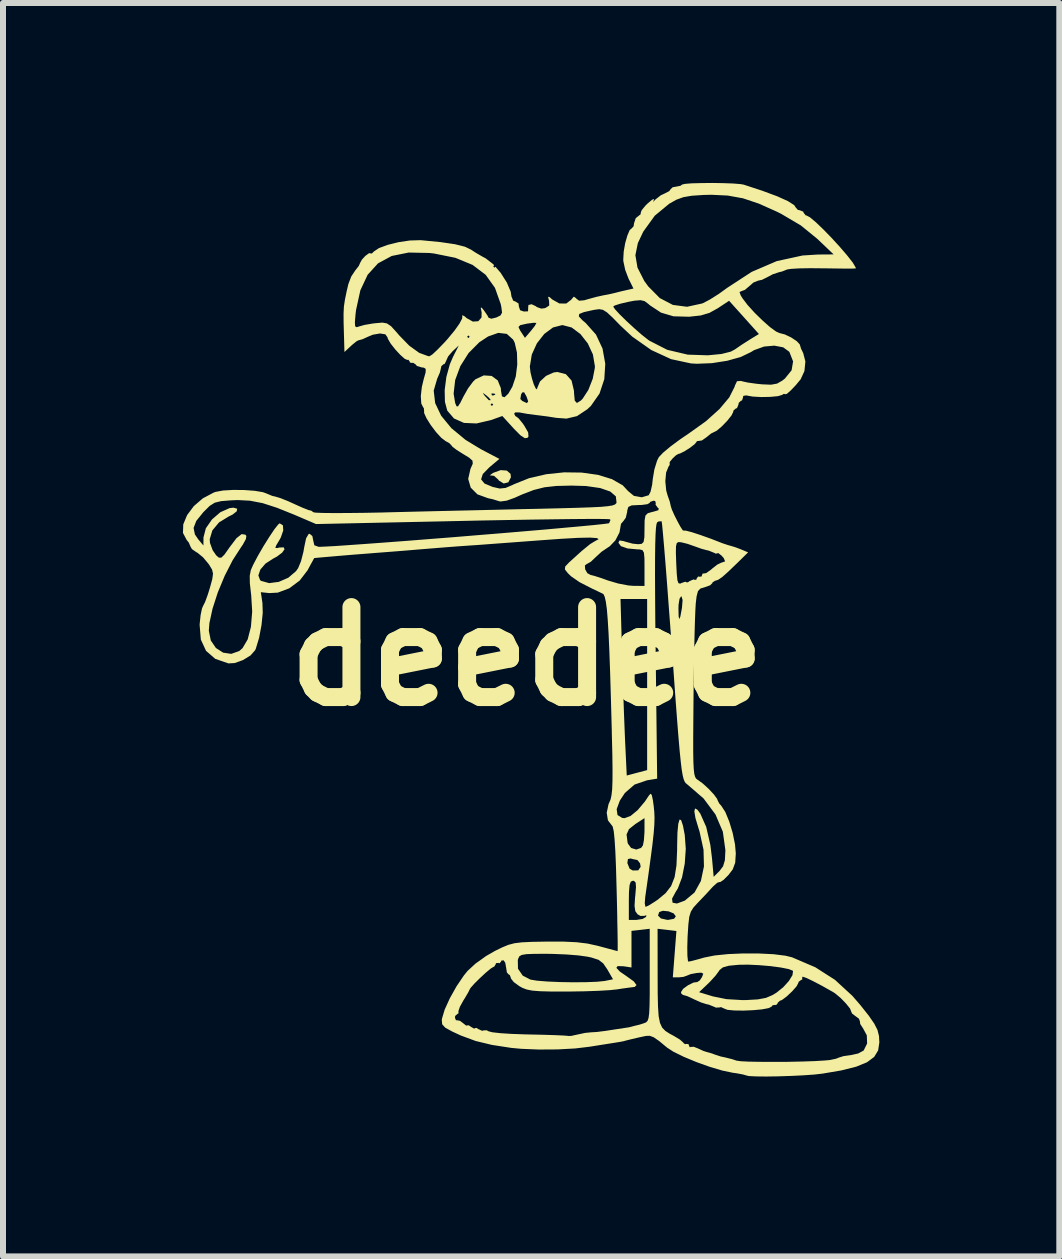
<source format=kicad_pcb>
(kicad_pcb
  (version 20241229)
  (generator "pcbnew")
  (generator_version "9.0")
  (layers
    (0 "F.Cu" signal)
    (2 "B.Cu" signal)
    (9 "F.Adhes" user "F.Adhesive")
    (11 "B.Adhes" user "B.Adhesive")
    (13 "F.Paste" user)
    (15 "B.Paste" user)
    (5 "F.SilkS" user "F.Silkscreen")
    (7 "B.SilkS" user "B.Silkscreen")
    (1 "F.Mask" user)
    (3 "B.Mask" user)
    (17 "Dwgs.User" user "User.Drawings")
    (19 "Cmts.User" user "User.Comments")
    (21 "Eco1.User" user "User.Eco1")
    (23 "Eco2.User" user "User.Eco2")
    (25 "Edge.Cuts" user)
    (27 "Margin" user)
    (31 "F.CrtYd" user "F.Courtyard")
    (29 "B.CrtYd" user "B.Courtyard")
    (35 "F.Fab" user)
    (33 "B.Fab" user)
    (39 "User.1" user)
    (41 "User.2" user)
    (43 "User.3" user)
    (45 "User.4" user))
  (footprint "deedee"
    (layer "F.Cu")
    (at 5.737 7.892)
    (property "Reference" "deedee" (at 0 0 0) (layer "F.SilkS") (effects (font (size 1.5 1.5) (thickness 0.3))))
    (attr board_only exclude_from_pos_files exclude_from_bom)
    (fp_poly (pts (xy -0.338 -3.097) (xy -0.276 -3.043) (xy -0.27 -2.985) (xy -0.313 -2.902) (xy -0.39 -2.882) (xy -0.469 -2.93) (xy -0.484 -2.95) (xy -0.552 -3.01) (xy -0.606 -3.016) (xy -0.622 -3.019) (xy -0.572 -3.055) (xy -0.561 -3.061) (xy -0.44 -3.105)) (stroke (width 0) (type solid)) (fill yes) (layer "F.SilkS"))
    (fp_poly (pts (xy 3.27 -7.889) (xy 3.435 -7.883) (xy 3.558 -7.873) (xy 3.61 -7.864) (xy 3.921 -7.762) (xy 4.169 -7.67) (xy 4.348 -7.589) (xy 4.453 -7.522) (xy 4.48 -7.48) (xy 4.515 -7.442) (xy 4.545 -7.437) (xy 4.603 -7.414) (xy 4.61 -7.394) (xy 4.644 -7.352) (xy 4.657 -7.35) (xy 4.716 -7.319) (xy 4.815 -7.236) (xy 4.941 -7.115) (xy 5.08 -6.972) (xy 5.217 -6.822) (xy 5.338 -6.681) (xy 5.43 -6.563) (xy 5.477 -6.483) (xy 5.48 -6.468) (xy 5.439 -6.465) (xy 5.328 -6.464) (xy 5.163 -6.466) (xy 4.959 -6.469) (xy 4.931 -6.469) (xy 4.719 -6.471) (xy 4.536 -6.468) (xy 4.402 -6.46) (xy 4.335 -6.45) (xy 4.333 -6.449) (xy 4.25 -6.416) (xy 4.199 -6.404) (xy 4.096 -6.37) (xy 4.015 -6.327) (xy 3.917 -6.278) (xy 3.85 -6.263) (xy 3.773 -6.232) (xy 3.709 -6.176) (xy 3.631 -6.11) (xy 3.574 -6.089) (xy 3.541 -6.074) (xy 3.561 -6.017) (xy 3.591 -5.969) (xy 3.676 -5.857) (xy 3.793 -5.728) (xy 3.923 -5.601) (xy 4.048 -5.49) (xy 4.151 -5.415) (xy 4.207 -5.39) (xy 4.296 -5.367) (xy 4.403 -5.316) (xy 4.496 -5.254) (xy 4.545 -5.201) (xy 4.547 -5.194) (xy 4.567 -5.129) (xy 4.603 -5.055) (xy 4.639 -4.916) (xy 4.623 -4.756) (xy 4.56 -4.619) (xy 4.56 -4.619) (xy 4.477 -4.519) (xy 4.394 -4.432) (xy 4.331 -4.377) (xy 4.306 -4.37) (xy 4.306 -4.37) (xy 4.28 -4.377) (xy 4.251 -4.359) (xy 4.182 -4.338) (xy 4.056 -4.326) (xy 3.906 -4.323) (xy 3.761 -4.331) (xy 3.654 -4.35) (xy 3.653 -4.351) (xy 3.603 -4.342) (xy 3.599 -4.317) (xy 3.583 -4.267) (xy 3.566 -4.262) (xy 3.528 -4.227) (xy 3.523 -4.197) (xy 3.499 -4.139) (xy 3.479 -4.132) (xy 3.439 -4.097) (xy 3.436 -4.075) (xy 3.407 -4.016) (xy 3.336 -3.927) (xy 3.247 -3.835) (xy 3.164 -3.764) (xy 3.117 -3.74) (xy 3.065 -3.714) (xy 2.993 -3.655) (xy 2.915 -3.6) (xy 2.864 -3.592) (xy 2.829 -3.588) (xy 2.827 -3.578) (xy 2.794 -3.538) (xy 2.715 -3.477) (xy 2.622 -3.418) (xy 2.545 -3.38) (xy 2.523 -3.376) (xy 2.48 -3.351) (xy 2.425 -3.299) (xy 2.377 -3.24) (xy 2.376 -3.218) (xy 2.377 -3.192) (xy 2.358 -3.164) (xy 2.317 -3.064) (xy 2.304 -2.918) (xy 2.319 -2.765) (xy 2.342 -2.683) (xy 2.379 -2.578) (xy 2.394 -2.509) (xy 2.411 -2.453) (xy 2.452 -2.36) (xy 2.505 -2.255) (xy 2.556 -2.161) (xy 2.595 -2.102) (xy 2.608 -2.097) (xy 2.646 -2.096) (xy 2.747 -2.07) (xy 2.893 -2.022) (xy 3.067 -1.96) (xy 3.249 -1.889) (xy 3.262 -1.884) (xy 3.359 -1.852) (xy 3.387 -1.845) (xy 3.47 -1.82) (xy 3.565 -1.784) (xy 3.684 -1.734) (xy 3.499 -1.552) (xy 3.352 -1.411) (xy 3.252 -1.322) (xy 3.184 -1.276) (xy 3.137 -1.261) (xy 3.133 -1.261) (xy 3.09 -1.232) (xy 3.088 -1.221) (xy 3.051 -1.185) (xy 2.962 -1.153) (xy 2.889 -1.131) (xy 2.848 -1.087) (xy 2.825 -0.999) (xy 2.811 -0.878) (xy 2.805 -0.772) (xy 2.798 -0.592) (xy 2.791 -0.351) (xy 2.785 -0.064) (xy 2.78 0.256) (xy 2.775 0.597) (xy 2.774 0.691) (xy 2.771 1.065) (xy 2.769 1.361) (xy 2.769 1.589) (xy 2.772 1.759) (xy 2.778 1.879) (xy 2.787 1.959) (xy 2.801 2.01) (xy 2.819 2.039) (xy 2.842 2.057) (xy 2.849 2.061) (xy 2.931 2.121) (xy 3.027 2.209) (xy 3.114 2.302) (xy 3.168 2.376) (xy 3.175 2.397) (xy 3.202 2.451) (xy 3.238 2.492) (xy 3.304 2.594) (xy 3.37 2.754) (xy 3.427 2.944) (xy 3.466 3.135) (xy 3.479 3.285) (xy 3.469 3.44) (xy 3.428 3.551) (xy 3.356 3.645) (xy 3.276 3.725) (xy 3.22 3.762) (xy 3.21 3.761) (xy 3.169 3.774) (xy 3.099 3.837) (xy 3.083 3.854) (xy 2.985 3.961) (xy 2.868 4.084) (xy 2.838 4.115) (xy 2.772 4.188) (xy 2.729 4.257) (xy 2.703 4.343) (xy 2.688 4.471) (xy 2.676 4.661) (xy 2.675 4.675) (xy 2.67 4.852) (xy 2.672 4.992) (xy 2.681 5.074) (xy 2.689 5.089) (xy 2.747 5.077) (xy 2.86 5.047) (xy 2.955 5.02) (xy 3.125 4.986) (xy 3.35 4.963) (xy 3.605 4.952) (xy 3.866 4.953) (xy 4.108 4.965) (xy 4.308 4.99) (xy 4.418 5.017) (xy 4.805 5.183) (xy 5.132 5.392) (xy 5.422 5.659) (xy 5.554 5.811) (xy 5.695 5.989) (xy 5.787 6.122) (xy 5.841 6.228) (xy 5.866 6.329) (xy 5.872 6.435) (xy 5.852 6.568) (xy 5.786 6.677) (xy 5.667 6.766) (xy 5.486 6.84) (xy 5.234 6.903) (xy 4.928 6.955) (xy 4.788 6.971) (xy 4.604 6.984) (xy 4.396 6.994) (xy 4.183 7.001) (xy 3.982 7.004) (xy 3.814 7.002) (xy 3.696 6.996) (xy 3.65 6.985) (xy 3.6 6.97) (xy 3.493 6.95) (xy 3.428 6.941) (xy 3.256 6.905) (xy 3.046 6.843) (xy 2.823 6.763) (xy 2.613 6.676) (xy 2.44 6.591) (xy 2.335 6.523) (xy 2.201 6.412) (xy 2.111 6.35) (xy 2.045 6.325) (xy 1.984 6.327) (xy 1.973 6.329) (xy 1.865 6.352) (xy 1.741 6.381) (xy 1.64 6.406) (xy 1.609 6.415) (xy 1.557 6.425) (xy 1.448 6.443) (xy 1.37 6.455) (xy 1.219 6.479) (xy 1.086 6.5) (xy 1.044 6.507) (xy 0.802 6.536) (xy 0.508 6.552) (xy 0.197 6.554) (xy -0.098 6.542) (xy -0.261 6.527) (xy -0.586 6.477) (xy -0.856 6.412) (xy -1.103 6.321) (xy -1.252 6.252) (xy -1.365 6.189) (xy -1.416 6.133) (xy -1.422 6.062) (xy -1.419 6.039) (xy -1.414 6.022) (xy -1.203 6.022) (xy -1.186 6.067) (xy -1.171 6.065) (xy -1.118 6.076) (xy -1.069 6.113) (xy -1.016 6.155) (xy -1 6.152) (xy -0.973 6.15) (xy -0.935 6.176) (xy -0.883 6.206) (xy -0.87 6.198) (xy -0.844 6.193) (xy -0.811 6.214) (xy -0.749 6.242) (xy -0.726 6.235) (xy -0.673 6.233) (xy -0.643 6.25) (xy -0.581 6.266) (xy -0.45 6.281) (xy -0.266 6.293) (xy -0.046 6.301) (xy 0.043 6.303) (xy 0.268 6.308) (xy 0.459 6.314) (xy 0.601 6.32) (xy 0.679 6.326) (xy 0.688 6.328) (xy 0.735 6.327) (xy 0.83 6.306) (xy 0.84 6.304) (xy 0.965 6.277) (xy 1.066 6.267) (xy 1.165 6.261) (xy 1.299 6.244) (xy 1.327 6.24) (xy 1.469 6.218) (xy 1.594 6.2) (xy 1.609 6.197) (xy 1.7 6.183) (xy 1.74 6.173) (xy 1.798 6.157) (xy 1.805 6.156) (xy 1.878 6.138) (xy 1.946 6.116) (xy 1.981 6.102) (xy 2.007 6.078) (xy 2.024 6.031) (xy 2.035 5.949) (xy 2.041 5.821) (xy 2.044 5.632) (xy 2.044 5.372) (xy 2.044 5.312) (xy 2.044 4.541) (xy 2.175 4.541) (xy 2.176 5.326) (xy 2.177 5.619) (xy 2.182 5.839) (xy 2.193 5.999) (xy 2.215 6.11) (xy 2.251 6.188) (xy 2.305 6.244) (xy 2.38 6.292) (xy 2.446 6.327) (xy 2.547 6.388) (xy 2.604 6.438) (xy 2.61 6.449) (xy 2.637 6.466) (xy 2.653 6.459) (xy 2.693 6.466) (xy 2.697 6.485) (xy 2.713 6.518) (xy 2.724 6.511) (xy 2.778 6.508) (xy 2.844 6.534) (xy 2.94 6.578) (xy 2.994 6.595) (xy 3.083 6.62) (xy 3.124 6.636) (xy 3.228 6.67) (xy 3.295 6.684) (xy 3.419 6.715) (xy 3.491 6.739) (xy 3.561 6.749) (xy 3.701 6.756) (xy 3.89 6.759) (xy 4.112 6.76) (xy 4.348 6.759) (xy 4.58 6.754) (xy 4.79 6.747) (xy 4.958 6.737) (xy 5.047 6.729) (xy 5.15 6.707) (xy 5.203 6.686) (xy 5.275 6.664) (xy 5.388 6.648) (xy 5.397 6.647) (xy 5.519 6.62) (xy 5.609 6.571) (xy 5.611 6.569) (xy 5.668 6.454) (xy 5.663 6.317) (xy 5.601 6.202) (xy 5.553 6.128) (xy 5.548 6.085) (xy 5.532 6.04) (xy 5.482 6.003) (xy 5.417 5.954) (xy 5.404 5.924) (xy 5.384 5.872) (xy 5.317 5.788) (xy 5.227 5.695) (xy 5.135 5.618) (xy 5.101 5.596) (xy 4.922 5.495) (xy 4.768 5.414) (xy 4.654 5.36) (xy 4.592 5.339) (xy 4.587 5.347) (xy 4.586 5.389) (xy 4.569 5.393) (xy 4.525 5.427) (xy 4.523 5.441) (xy 4.493 5.499) (xy 4.419 5.583) (xy 4.329 5.668) (xy 4.249 5.728) (xy 4.214 5.741) (xy 4.177 5.775) (xy 4.175 5.787) (xy 4.149 5.814) (xy 4.136 5.809) (xy 4.089 5.818) (xy 4.078 5.837) (xy 4.029 5.863) (xy 3.918 5.884) (xy 3.769 5.898) (xy 3.606 5.905) (xy 3.455 5.903) (xy 3.339 5.892) (xy 3.283 5.87) (xy 3.283 5.87) (xy 3.231 5.846) (xy 3.215 5.852) (xy 3.147 5.855) (xy 3.121 5.843) (xy 3.03 5.806) (xy 2.988 5.797) (xy 2.897 5.768) (xy 2.781 5.716) (xy 2.77 5.71) (xy 2.67 5.664) (xy 2.604 5.645) (xy 2.599 5.645) (xy 2.569 5.619) (xy 2.566 5.598) (xy 2.867 5.598) (xy 3.097 5.668) (xy 3.324 5.714) (xy 3.592 5.73) (xy 3.657 5.729) (xy 3.847 5.718) (xy 3.981 5.693) (xy 4.091 5.646) (xy 4.157 5.606) (xy 4.27 5.515) (xy 4.364 5.411) (xy 4.423 5.315) (xy 4.433 5.248) (xy 4.427 5.239) (xy 4.362 5.213) (xy 4.232 5.187) (xy 4.062 5.164) (xy 3.873 5.148) (xy 3.689 5.139) (xy 3.533 5.141) (xy 3.529 5.141) (xy 3.363 5.157) (xy 3.263 5.185) (xy 3.208 5.229) (xy 3.2 5.243) (xy 3.14 5.324) (xy 3.045 5.428) (xy 3.01 5.462) (xy 2.867 5.598) (xy 2.566 5.598) (xy 2.566 5.596) (xy 2.601 5.542) (xy 2.683 5.482) (xy 2.775 5.437) (xy 2.837 5.429) (xy 2.879 5.401) (xy 2.914 5.349) (xy 2.937 5.291) (xy 2.905 5.272) (xy 2.828 5.278) (xy 2.726 5.297) (xy 2.667 5.321) (xy 2.606 5.343) (xy 2.534 5.35) (xy 2.429 5.35) (xy 2.459 4.964) (xy 2.489 4.578) (xy 2.332 4.559) (xy 2.175 4.541) (xy 2.044 4.541) (xy 1.892 4.559) (xy 1.74 4.576) (xy 1.74 4.881) (xy 1.74 5.186) (xy 1.609 5.166) (xy 1.509 5.163) (xy 1.488 5.192) (xy 1.546 5.254) (xy 1.653 5.328) (xy 1.777 5.417) (xy 1.824 5.479) (xy 1.794 5.51) (xy 1.772 5.513) (xy 1.7 5.522) (xy 1.576 5.539) (xy 1.501 5.551) (xy 1.376 5.564) (xy 1.189 5.575) (xy 0.96 5.583) (xy 0.714 5.587) (xy 0.652 5.587) (xy 0.4 5.587) (xy 0.217 5.582) (xy 0.088 5.572) (xy -0.004 5.554) (xy -0.076 5.527) (xy -0.13 5.497) (xy -0.223 5.429) (xy -0.27 5.369) (xy -0.272 5.356) (xy -0.29 5.309) (xy -0.304 5.306) (xy -0.337 5.269) (xy -0.348 5.2) (xy -0.364 5.108) (xy -0.391 5.067) (xy -0.431 5.072) (xy -0.435 5.089) (xy -0.461 5.117) (xy -0.478 5.11) (xy -0.519 5.114) (xy -0.522 5.13) (xy -0.55 5.174) (xy -0.56 5.176) (xy -0.606 5.204) (xy -0.689 5.273) (xy -0.787 5.364) (xy -0.879 5.455) (xy -0.942 5.526) (xy -0.957 5.551) (xy -0.978 5.595) (xy -1.031 5.686) (xy -1.063 5.737) (xy -1.121 5.842) (xy -1.146 5.916) (xy -1.143 5.932) (xy -1.148 5.957) (xy -1.16 5.959) (xy -1.199 5.994) (xy -1.203 6.022) (xy -1.414 6.022) (xy -1.374 5.888) (xy -1.288 5.699) (xy -1.176 5.499) (xy -1.053 5.318) (xy -0.993 5.244) (xy -0.861 5.122) (xy -0.778 5.063) (xy -0.155 5.063) (xy -0.152 5.207) (xy -0.073 5.322) (xy 0.055 5.388) (xy 0.163 5.406) (xy 0.334 5.42) (xy 0.544 5.429) (xy 0.769 5.433) (xy 0.984 5.431) (xy 1.167 5.424) (xy 1.293 5.411) (xy 1.298 5.41) (xy 1.432 5.383) (xy 1.337 5.218) (xy 1.269 5.118) (xy 1.192 5.059) (xy 1.072 5.02) (xy 1.005 5.006) (xy 0.856 4.985) (xy 0.653 4.969) (xy 0.43 4.96) (xy 0.32 4.958) (xy 0.118 4.959) (xy -0.013 4.964) (xy -0.09 4.977) (xy -0.13 5.001) (xy -0.149 5.041) (xy -0.155 5.063) (xy -0.778 5.063) (xy -0.685 4.996) (xy -0.539 4.912) (xy -0.415 4.851) (xy -0.313 4.809) (xy -0.211 4.782) (xy -0.088 4.767) (xy 0.077 4.759) (xy 0.306 4.755) (xy 0.324 4.755) (xy 0.605 4.755) (xy 0.824 4.765) (xy 1.005 4.787) (xy 1.174 4.824) (xy 1.196 4.83) (xy 1.345 4.87) (xy 1.456 4.9) (xy 1.508 4.913) (xy 1.509 4.914) (xy 1.51 4.872) (xy 1.51 4.756) (xy 1.507 4.577) (xy 1.503 4.393) (xy 1.696 4.393) (xy 1.824 4.393) (xy 1.926 4.377) (xy 1.983 4.343) (xy 1.987 4.321) (xy 2.182 4.321) (xy 2.231 4.369) (xy 2.334 4.392) (xy 2.351 4.393) (xy 2.45 4.374) (xy 2.479 4.333) (xy 2.442 4.284) (xy 2.357 4.25) (xy 2.263 4.241) (xy 2.202 4.262) (xy 2.182 4.321) (xy 1.987 4.321) (xy 1.988 4.313) (xy 1.962 4.325) (xy 1.89 4.327) (xy 1.842 4.3) (xy 1.804 4.248) (xy 1.791 4.16) (xy 1.8 4.013) (xy 1.803 3.992) (xy 1.815 3.849) (xy 1.81 3.772) (xy 1.783 3.743) (xy 1.764 3.74) (xy 1.728 3.756) (xy 1.708 3.813) (xy 1.698 3.929) (xy 1.696 4.067) (xy 1.696 4.393) (xy 1.503 4.393) (xy 1.503 4.346) (xy 1.497 4.077) (xy 1.492 3.882) (xy 1.482 3.527) (xy 1.479 3.445) (xy 1.671 3.445) (xy 1.709 3.539) (xy 1.761 3.569) (xy 1.853 3.567) (xy 1.893 3.507) (xy 1.883 3.451) (xy 1.842 3.398) (xy 1.826 3.392) (xy 1.756 3.378) (xy 1.729 3.369) (xy 1.681 3.378) (xy 1.671 3.445) (xy 1.479 3.445) (xy 1.471 3.252) (xy 1.458 3.05) (xy 1.45 2.969) (xy 1.658 2.969) (xy 1.674 3.097) (xy 1.68 3.121) (xy 1.734 3.194) (xy 1.82 3.22) (xy 1.9 3.193) (xy 1.931 3.15) (xy 1.947 3.065) (xy 1.956 2.936) (xy 1.957 2.888) (xy 1.957 2.696) (xy 1.806 2.794) (xy 1.698 2.88) (xy 1.658 2.969) (xy 1.45 2.969) (xy 1.444 2.914) (xy 1.427 2.838) (xy 1.412 2.817) (xy 1.347 2.733) (xy 1.327 2.605) (xy 1.34 2.547) (xy 1.493 2.547) (xy 1.507 2.645) (xy 1.585 2.693) (xy 1.625 2.697) (xy 1.725 2.66) (xy 1.844 2.562) (xy 1.965 2.418) (xy 2.028 2.323) (xy 2.057 2.289) (xy 2.078 2.31) (xy 2.097 2.398) (xy 2.111 2.501) (xy 2.12 2.592) (xy 2.124 2.689) (xy 2.121 2.803) (xy 2.11 2.947) (xy 2.09 3.131) (xy 2.059 3.367) (xy 2.018 3.668) (xy 1.969 4.012) (xy 1.961 4.116) (xy 1.972 4.172) (xy 1.977 4.175) (xy 2.028 4.152) (xy 2.123 4.093) (xy 2.178 4.056) (xy 2.309 3.947) (xy 2.401 3.828) (xy 2.459 3.679) (xy 2.49 3.484) (xy 2.501 3.223) (xy 2.501 3.164) (xy 2.506 2.94) (xy 2.52 2.791) (xy 2.541 2.72) (xy 2.567 2.729) (xy 2.598 2.821) (xy 2.628 2.977) (xy 2.645 3.209) (xy 2.628 3.454) (xy 2.583 3.683) (xy 2.513 3.868) (xy 2.477 3.926) (xy 2.416 4.039) (xy 2.425 4.106) (xy 2.497 4.12) (xy 2.623 4.074) (xy 2.631 4.07) (xy 2.791 3.936) (xy 2.897 3.744) (xy 2.948 3.502) (xy 2.941 3.223) (xy 2.874 2.917) (xy 2.855 2.858) (xy 2.806 2.694) (xy 2.788 2.584) (xy 2.799 2.535) (xy 2.838 2.555) (xy 2.886 2.619) (xy 2.986 2.843) (xy 3.055 3.144) (xy 3.082 3.364) (xy 3.11 3.675) (xy 3.208 3.577) (xy 3.267 3.499) (xy 3.297 3.399) (xy 3.305 3.245) (xy 3.305 3.225) (xy 3.263 2.923) (xy 3.14 2.635) (xy 2.942 2.369) (xy 2.676 2.139) (xy 2.666 2.131) (xy 2.644 2.113) (xy 2.626 2.087) (xy 2.609 2.045) (xy 2.593 1.98) (xy 2.577 1.885) (xy 2.561 1.752) (xy 2.543 1.574) (xy 2.523 1.343) (xy 2.5 1.053) (xy 2.473 0.696) (xy 2.442 0.264) (xy 2.417 -0.083) (xy 2.386 -0.507) (xy 2.364 -0.797) (xy 2.523 -0.797) (xy 2.526 -0.666) (xy 2.537 -0.621) (xy 2.554 -0.662) (xy 2.578 -0.79) (xy 2.582 -0.815) (xy 2.592 -0.939) (xy 2.575 -0.998) (xy 2.567 -1) (xy 2.541 -0.961) (xy 2.525 -0.862) (xy 2.523 -0.797) (xy 2.364 -0.797) (xy 2.356 -0.903) (xy 2.329 -1.265) (xy 2.304 -1.582) (xy 2.292 -1.727) (xy 2.48 -1.727) (xy 2.486 -1.55) (xy 2.495 -1.373) (xy 2.506 -1.267) (xy 2.524 -1.219) (xy 2.553 -1.213) (xy 2.577 -1.224) (xy 2.638 -1.245) (xy 2.653 -1.236) (xy 2.68 -1.234) (xy 2.711 -1.256) (xy 2.775 -1.283) (xy 2.798 -1.275) (xy 2.824 -1.281) (xy 2.827 -1.3) (xy 2.853 -1.333) (xy 2.871 -1.327) (xy 2.91 -1.333) (xy 2.914 -1.353) (xy 2.93 -1.386) (xy 2.94 -1.38) (xy 2.986 -1.389) (xy 3.064 -1.444) (xy 3.081 -1.46) (xy 3.172 -1.531) (xy 3.244 -1.565) (xy 3.251 -1.566) (xy 3.301 -1.584) (xy 3.277 -1.64) (xy 3.24 -1.681) (xy 3.189 -1.721) (xy 3.175 -1.719) (xy 3.146 -1.712) (xy 3.121 -1.725) (xy 3.028 -1.763) (xy 2.996 -1.77) (xy 2.906 -1.794) (xy 2.8 -1.832) (xy 2.674 -1.876) (xy 2.573 -1.901) (xy 2.524 -1.906) (xy 2.495 -1.889) (xy 2.482 -1.835) (xy 2.48 -1.727) (xy 2.292 -1.727) (xy 2.282 -1.848) (xy 2.264 -2.053) (xy 2.251 -2.19) (xy 2.243 -2.25) (xy 2.243 -2.252) (xy 2.195 -2.25) (xy 2.171 -2.238) (xy 2.158 -2.211) (xy 2.148 -2.144) (xy 2.141 -2.032) (xy 2.136 -1.868) (xy 2.133 -1.646) (xy 2.132 -1.36) (xy 2.134 -1.005) (xy 2.137 -0.574) (xy 2.143 -0.084) (xy 2.168 2.038) (xy 1.999 2.066) (xy 1.791 2.137) (xy 1.63 2.277) (xy 1.546 2.404) (xy 1.493 2.547) (xy 1.34 2.547) (xy 1.357 2.465) (xy 1.371 2.434) (xy 1.392 2.383) (xy 1.407 2.314) (xy 1.418 2.216) (xy 1.423 2.079) (xy 1.424 1.891) (xy 1.421 1.642) (xy 1.413 1.32) (xy 1.411 1.216) (xy 1.397 0.702) (xy 1.384 0.269) (xy 1.371 -0.09) (xy 1.358 -0.381) (xy 1.344 -0.61) (xy 1.33 -0.783) (xy 1.313 -0.908) (xy 1.302 -0.957) (xy 1.557 -0.957) (xy 1.584 -0.011) (xy 1.594 0.309) (xy 1.604 0.639) (xy 1.615 0.954) (xy 1.626 1.232) (xy 1.635 1.448) (xy 1.636 1.461) (xy 1.661 1.986) (xy 1.831 1.941) (xy 2.001 1.896) (xy 2.001 0.469) (xy 2.001 -0.957) (xy 1.779 -0.957) (xy 1.557 -0.957) (xy 1.302 -0.957) (xy 1.295 -0.989) (xy 1.275 -1.034) (xy 1.261 -1.045) (xy 1.172 -1.088) (xy 1.087 -1.128) (xy 0.876 -1.236) (xy 0.733 -1.335) (xy 0.678 -1.388) (xy 0.63 -1.45) (xy 0.635 -1.498) (xy 0.651 -1.515) (xy 0.963 -1.515) (xy 0.968 -1.451) (xy 1.004 -1.387) (xy 1.057 -1.358) (xy 1.124 -1.341) (xy 1.243 -1.303) (xy 1.348 -1.265) (xy 1.518 -1.215) (xy 1.69 -1.182) (xy 1.772 -1.176) (xy 1.957 -1.174) (xy 1.957 -1.479) (xy 1.956 -1.638) (xy 1.947 -1.729) (xy 1.923 -1.771) (xy 1.876 -1.783) (xy 1.838 -1.784) (xy 1.674 -1.799) (xy 1.563 -1.838) (xy 1.522 -1.895) (xy 1.522 -1.896) (xy 1.541 -1.933) (xy 1.612 -1.921) (xy 1.634 -1.913) (xy 1.761 -1.879) (xy 1.851 -1.87) (xy 1.91 -1.876) (xy 1.942 -1.908) (xy 1.955 -1.987) (xy 1.957 -2.126) (xy 1.959 -2.269) (xy 1.973 -2.348) (xy 2.011 -2.386) (xy 2.083 -2.407) (xy 2.099 -2.41) (xy 2.187 -2.436) (xy 2.195 -2.464) (xy 2.18 -2.476) (xy 2.141 -2.529) (xy 2.145 -2.554) (xy 2.135 -2.59) (xy 2.108 -2.595) (xy 2.051 -2.575) (xy 2.044 -2.559) (xy 2.005 -2.537) (xy 1.908 -2.524) (xy 1.859 -2.523) (xy 1.742 -2.517) (xy 1.687 -2.491) (xy 1.669 -2.43) (xy 1.668 -2.408) (xy 1.645 -2.311) (xy 1.61 -2.262) (xy 1.565 -2.209) (xy 1.562 -2.192) (xy 1.54 -2.066) (xy 1.471 -1.933) (xy 1.377 -1.835) (xy 1.358 -1.823) (xy 1.241 -1.744) (xy 1.142 -1.653) (xy 1.063 -1.578) (xy 1.004 -1.544) (xy 1 -1.544) (xy 0.963 -1.515) (xy 0.651 -1.515) (xy 0.7 -1.567) (xy 0.708 -1.574) (xy 0.908 -1.755) (xy 1.051 -1.872) (xy 1.137 -1.924) (xy 1.193 -1.954) (xy 1.164 -1.972) (xy 1.05 -1.98) (xy 0.851 -1.976) (xy 0.569 -1.96) (xy 0.276 -1.939) (xy -0.019 -1.917) (xy -0.312 -1.895) (xy -0.582 -1.875) (xy -0.807 -1.858) (xy -0.957 -1.848) (xy -1.157 -1.834) (xy -1.351 -1.819) (xy -1.502 -1.807) (xy -1.522 -1.805) (xy -1.625 -1.797) (xy -1.798 -1.783) (xy -2.024 -1.764) (xy -2.288 -1.743) (xy -2.572 -1.721) (xy -2.631 -1.716) (xy -2.903 -1.695) (xy -3.142 -1.675) (xy -3.338 -1.658) (xy -3.476 -1.646) (xy -3.545 -1.639) (xy -3.55 -1.638) (xy -3.571 -1.599) (xy -3.621 -1.508) (xy -3.66 -1.435) (xy -3.791 -1.264) (xy -3.964 -1.135) (xy -4.155 -1.063) (xy -4.296 -1.055) (xy -4.439 -1.07) (xy -4.412 -0.888) (xy -4.407 -0.725) (xy -4.428 -0.519) (xy -4.468 -0.309) (xy -4.521 -0.133) (xy -4.533 -0.104) (xy -4.609 -0.017) (xy -4.735 0.061) (xy -4.874 0.111) (xy -4.98 0.117) (xy -5.199 0.041) (xy -5.352 -0.092) (xy -5.439 -0.28) (xy -5.459 -0.525) (xy -5.458 -0.543) (xy -5.443 -0.687) (xy -5.42 -0.798) (xy -5.402 -0.84) (xy -5.368 -0.907) (xy -5.323 -1.03) (xy -5.287 -1.146) (xy -5.248 -1.289) (xy -5.236 -1.379) (xy -5.252 -1.447) (xy -5.299 -1.525) (xy -5.314 -1.546) (xy -5.403 -1.652) (xy -5.496 -1.728) (xy -5.512 -1.736) (xy -5.587 -1.788) (xy -5.611 -1.829) (xy -5.639 -1.896) (xy -5.676 -1.942) (xy -5.737 -2.058) (xy -5.734 -2.141) (xy -5.56 -2.141) (xy -5.538 -2.033) (xy -5.482 -1.951) (xy -5.396 -1.848) (xy -5.395 -1.984) (xy -5.355 -2.136) (xy -5.253 -2.283) (xy -5.114 -2.403) (xy -4.961 -2.471) (xy -4.895 -2.479) (xy -4.833 -2.461) (xy -4.841 -2.418) (xy -4.911 -2.363) (xy -4.973 -2.333) (xy -5.136 -2.233) (xy -5.247 -2.1) (xy -5.291 -1.953) (xy -5.287 -1.893) (xy -5.242 -1.77) (xy -5.183 -1.684) (xy -5.137 -1.645) (xy -5.097 -1.646) (xy -5.046 -1.696) (xy -4.967 -1.808) (xy -4.955 -1.825) (xy -4.844 -1.971) (xy -4.759 -2.038) (xy -4.697 -2.029) (xy -4.68 -2.007) (xy -4.689 -1.953) (xy -4.74 -1.861) (xy -4.767 -1.822) (xy -4.908 -1.604) (xy -5.041 -1.344) (xy -5.156 -1.067) (xy -5.244 -0.795) (xy -5.296 -0.555) (xy -5.306 -0.428) (xy -5.273 -0.265) (xy -5.188 -0.14) (xy -5.067 -0.062) (xy -4.932 -0.042) (xy -4.799 -0.089) (xy -4.744 -0.137) (xy -4.658 -0.283) (xy -4.604 -0.493) (xy -4.583 -0.748) (xy -4.6 -1.029) (xy -4.602 -1.039) (xy -4.622 -1.219) (xy -4.624 -1.343) (xy -4.606 -1.437) (xy -4.569 -1.522) (xy -4.488 -1.676) (xy -4.394 -1.838) (xy -4.298 -1.991) (xy -4.214 -2.117) (xy -4.15 -2.198) (xy -4.124 -2.218) (xy -4.071 -2.185) (xy -4.065 -2.1) (xy -4.105 -1.984) (xy -4.129 -1.94) (xy -4.185 -1.846) (xy -4.197 -1.807) (xy -4.163 -1.806) (xy -4.133 -1.814) (xy -4.058 -1.818) (xy -4.044 -1.785) (xy -4.084 -1.729) (xy -4.17 -1.664) (xy -4.231 -1.631) (xy -4.361 -1.547) (xy -4.447 -1.447) (xy -4.48 -1.349) (xy -4.451 -1.272) (xy -4.435 -1.259) (xy -4.3 -1.221) (xy -4.14 -1.242) (xy -3.981 -1.311) (xy -3.852 -1.421) (xy -3.817 -1.471) (xy -3.769 -1.587) (xy -3.729 -1.742) (xy -3.716 -1.818) (xy -3.684 -1.969) (xy -3.642 -2.04) (xy -3.626 -2.044) (xy -3.58 -2.006) (xy -3.566 -1.935) (xy -3.547 -1.852) (xy -3.477 -1.827) (xy -3.469 -1.826) (xy -3.37 -1.83) (xy -3.201 -1.839) (xy -2.97 -1.855) (xy -2.688 -1.875) (xy -2.363 -1.899) (xy -2.005 -1.926) (xy -1.625 -1.956) (xy -1.23 -1.987) (xy -0.832 -2.02) (xy -0.439 -2.052) (xy -0.061 -2.084) (xy 0.292 -2.114) (xy 0.611 -2.143) (xy 0.887 -2.168) (xy 1.109 -2.189) (xy 1.268 -2.206) (xy 1.354 -2.217) (xy 1.367 -2.221) (xy 1.389 -2.272) (xy 1.383 -2.285) (xy 1.336 -2.289) (xy 1.21 -2.291) (xy 1.012 -2.291) (xy 0.752 -2.289) (xy 0.436 -2.285) (xy 0.072 -2.28) (xy -0.331 -2.273) (xy -0.766 -2.265) (xy -1.081 -2.258) (xy -3.519 -2.206) (xy -3.88 -2.361) (xy -4.169 -2.477) (xy -4.407 -2.554) (xy -4.618 -2.595) (xy -4.824 -2.606) (xy -4.942 -2.601) (xy -5.101 -2.588) (xy -5.207 -2.562) (xy -5.29 -2.51) (xy -5.383 -2.418) (xy -5.399 -2.402) (xy -5.515 -2.258) (xy -5.56 -2.141) (xy -5.734 -2.141) (xy -5.732 -2.201) (xy -5.668 -2.355) (xy -5.556 -2.505) (xy -5.405 -2.635) (xy -5.224 -2.731) (xy -5.193 -2.742) (xy -5.07 -2.765) (xy -4.901 -2.775) (xy -4.715 -2.773) (xy -4.539 -2.76) (xy -4.403 -2.737) (xy -4.346 -2.716) (xy -4.25 -2.676) (xy -4.198 -2.664) (xy -4.114 -2.639) (xy -3.984 -2.587) (xy -3.872 -2.536) (xy -3.74 -2.477) (xy -3.64 -2.438) (xy -3.599 -2.429) (xy -3.567 -2.406) (xy -3.566 -2.403) (xy -3.525 -2.396) (xy -3.407 -2.391) (xy -3.225 -2.389) (xy -2.988 -2.39) (xy -2.708 -2.393) (xy -2.396 -2.399) (xy -2.338 -2.401) (xy -1.938 -2.411) (xy -1.482 -2.422) (xy -0.998 -2.433) (xy -0.517 -2.444) (xy -0.068 -2.455) (xy 0.181 -2.46) (xy 0.551 -2.469) (xy 0.844 -2.477) (xy 1.068 -2.485) (xy 1.233 -2.493) (xy 1.348 -2.504) (xy 1.422 -2.516) (xy 1.465 -2.532) (xy 1.486 -2.552) (xy 1.491 -2.566) (xy 1.479 -2.668) (xy 1.386 -2.748) (xy 1.219 -2.806) (xy 0.981 -2.84) (xy 0.739 -2.847) (xy 0.488 -2.841) (xy 0.29 -2.819) (xy 0.111 -2.774) (xy -0.084 -2.699) (xy -0.207 -2.644) (xy -0.34 -2.596) (xy -0.444 -2.582) (xy -0.468 -2.587) (xy -0.571 -2.619) (xy -0.652 -2.637) (xy -0.828 -2.701) (xy -0.94 -2.813) (xy -0.982 -2.958) (xy -0.945 -3.123) (xy -0.939 -3.137) (xy -0.906 -3.212) (xy -0.911 -3.263) (xy -0.967 -3.313) (xy -1.069 -3.375) (xy -1.178 -3.444) (xy -1.248 -3.498) (xy -1.261 -3.517) (xy -1.296 -3.554) (xy -1.359 -3.589) (xy -1.43 -3.643) (xy -1.518 -3.739) (xy -1.606 -3.856) (xy -1.677 -3.969) (xy -1.717 -4.057) (xy -1.717 -4.09) (xy -1.722 -4.142) (xy -1.73 -4.147) (xy -1.764 -4.214) (xy -1.772 -4.338) (xy -1.762 -4.43) (xy -1.557 -4.43) (xy -1.533 -4.223) (xy -1.433 -4.012) (xy -1.263 -3.805) (xy -1.026 -3.609) (xy -0.771 -3.454) (xy -0.462 -3.292) (xy -0.629 -3.152) (xy -0.739 -3.039) (xy -0.767 -2.951) (xy -0.711 -2.882) (xy -0.575 -2.825) (xy -0.457 -2.798) (xy -0.359 -2.808) (xy -0.237 -2.86) (xy -0.225 -2.867) (xy 0.034 -2.971) (xy 0.321 -3.037) (xy 0.618 -3.068) (xy 0.91 -3.064) (xy 1.181 -3.026) (xy 1.415 -2.954) (xy 1.595 -2.851) (xy 1.683 -2.756) (xy 1.78 -2.676) (xy 1.911 -2.652) (xy 2.027 -2.686) (xy 2.058 -2.745) (xy 2.084 -2.86) (xy 2.095 -2.958) (xy 2.122 -3.118) (xy 2.167 -3.263) (xy 2.196 -3.321) (xy 2.265 -3.394) (xy 2.389 -3.498) (xy 2.551 -3.618) (xy 2.698 -3.718) (xy 2.981 -3.92) (xy 3.207 -4.123) (xy 3.37 -4.317) (xy 3.459 -4.494) (xy 3.464 -4.513) (xy 3.499 -4.587) (xy 3.565 -4.592) (xy 3.583 -4.586) (xy 3.678 -4.565) (xy 3.821 -4.545) (xy 3.918 -4.535) (xy 4.067 -4.529) (xy 4.167 -4.547) (xy 4.254 -4.597) (xy 4.298 -4.632) (xy 4.409 -4.769) (xy 4.434 -4.917) (xy 4.374 -5.071) (xy 4.369 -5.079) (xy 4.269 -5.152) (xy 4.121 -5.18) (xy 3.951 -5.165) (xy 3.784 -5.105) (xy 3.732 -5.073) (xy 3.562 -4.991) (xy 3.336 -4.928) (xy 3.081 -4.888) (xy 2.827 -4.878) (xy 2.73 -4.884) (xy 2.4 -4.955) (xy 2.07 -5.107) (xy 1.752 -5.331) (xy 1.559 -5.511) (xy 1.424 -5.649) (xy 1.332 -5.734) (xy 1.264 -5.777) (xy 1.201 -5.788) (xy 1.126 -5.778) (xy 1.104 -5.774) (xy 0.947 -5.739) (xy 0.869 -5.708) (xy 0.862 -5.668) (xy 0.919 -5.606) (xy 0.976 -5.558) (xy 1.148 -5.365) (xy 1.257 -5.132) (xy 1.303 -4.878) (xy 1.287 -4.622) (xy 1.207 -4.381) (xy 1.063 -4.175) (xy 1.003 -4.119) (xy 0.831 -4.005) (xy 0.657 -3.964) (xy 0.489 -3.976) (xy 0.329 -4.001) (xy 0.162 -4.022) (xy 0.152 -4.023) (xy 0.013 -4.041) (xy -0.105 -4.062) (xy -0.12 -4.066) (xy -0.195 -4.068) (xy -0.217 -4.046) (xy -0.193 -4.002) (xy -0.185 -4.001) (xy -0.142 -3.968) (xy -0.075 -3.886) (xy -0.048 -3.847) (xy 0.017 -3.735) (xy 0.023 -3.665) (xy 0.009 -3.645) (xy -0.037 -3.637) (xy -0.112 -3.686) (xy -0.226 -3.801) (xy -0.226 -3.802) (xy -0.413 -4.007) (xy -0.603 -3.939) (xy -0.843 -3.883) (xy -1.052 -3.892) (xy -1.219 -3.966) (xy -1.331 -4.097) (xy -1.37 -4.243) (xy -1.373 -4.38) (xy -1.225 -4.38) (xy -1.199 -4.223) (xy -1.176 -4.169) (xy -1.152 -4.167) (xy -1.133 -4.197) (xy -0.609 -4.197) (xy -0.587 -4.175) (xy -0.565 -4.197) (xy -0.587 -4.219) (xy -0.609 -4.197) (xy -1.133 -4.197) (xy -1.113 -4.228) (xy -1.062 -4.33) (xy -1.027 -4.392) (xy -0.737 -4.392) (xy -0.726 -4.37) (xy -0.701 -4.338) (xy -0.638 -4.271) (xy -0.61 -4.271) (xy -0.609 -4.279) (xy -0.619 -4.291) (xy -0.113 -4.291) (xy -0.081 -4.258) (xy -0.003 -4.222) (xy 0.018 -4.251) (xy -0.009 -4.33) (xy -0.049 -4.402) (xy -0.079 -4.401) (xy -0.1 -4.368) (xy -0.113 -4.291) (xy -0.619 -4.291) (xy -0.639 -4.315) (xy -0.685 -4.355) (xy -0.717 -4.378) (xy -0.594 -4.378) (xy -0.588 -4.352) (xy -0.565 -4.349) (xy -0.53 -4.365) (xy -0.536 -4.378) (xy -0.588 -4.384) (xy -0.594 -4.378) (xy -0.717 -4.378) (xy -0.737 -4.392) (xy -1.027 -4.392) (xy -0.985 -4.467) (xy -0.901 -4.58) (xy -0.861 -4.619) (xy -0.722 -4.684) (xy -0.591 -4.675) (xy -0.49 -4.601) (xy -0.438 -4.472) (xy -0.435 -4.426) (xy -0.419 -4.334) (xy -0.376 -4.32) (xy -0.313 -4.38) (xy -0.246 -4.495) (xy -0.189 -4.665) (xy -0.168 -4.834) (xy 0.046 -4.834) (xy 0.046 -4.828) (xy 0.056 -4.736) (xy 0.081 -4.632) (xy 0.111 -4.536) (xy 0.142 -4.468) (xy 0.164 -4.451) (xy 0.17 -4.477) (xy 0.215 -4.583) (xy 0.316 -4.676) (xy 0.443 -4.733) (xy 0.505 -4.741) (xy 0.647 -4.704) (xy 0.741 -4.598) (xy 0.781 -4.429) (xy 0.783 -4.383) (xy 0.794 -4.263) (xy 0.83 -4.224) (xy 0.895 -4.264) (xy 0.927 -4.297) (xy 1.021 -4.442) (xy 1.094 -4.628) (xy 1.129 -4.809) (xy 1.13 -4.837) (xy 1.097 -5.033) (xy 1.011 -5.218) (xy 0.888 -5.374) (xy 0.742 -5.483) (xy 0.588 -5.523) (xy 0.587 -5.523) (xy 0.432 -5.483) (xy 0.286 -5.375) (xy 0.163 -5.218) (xy 0.078 -5.031) (xy 0.046 -4.834) (xy -0.168 -4.834) (xy -0.164 -4.865) (xy -0.169 -5.063) (xy -0.206 -5.227) (xy -0.233 -5.281) (xy -0.339 -5.376) (xy -0.48 -5.393) (xy -0.65 -5.333) (xy -0.797 -5.236) (xy -0.976 -5.056) (xy -1.113 -4.839) (xy -1.199 -4.607) (xy -1.225 -4.38) (xy -1.373 -4.38) (xy -1.374 -4.44) (xy -1.346 -4.658) (xy -1.288 -4.87) (xy -1.238 -4.987) (xy -1.139 -5.183) (xy -1.244 -5.085) (xy -1.316 -5.001) (xy -1.348 -4.931) (xy -1.348 -4.929) (xy -1.374 -4.876) (xy -1.392 -4.871) (xy -1.431 -4.836) (xy -1.435 -4.811) (xy -1.454 -4.732) (xy -1.5 -4.626) (xy -1.557 -4.43) (xy -1.762 -4.43) (xy -1.754 -4.495) (xy -1.725 -4.616) (xy -1.692 -4.734) (xy -1.69 -4.792) (xy -1.721 -4.813) (xy -1.757 -4.817) (xy -1.837 -4.842) (xy -1.862 -4.87) (xy -1.903 -4.896) (xy -1.917 -4.891) (xy -1.954 -4.899) (xy -1.957 -4.915) (xy -1.98 -4.946) (xy -1.993 -4.941) (xy -2.038 -4.959) (xy -2.113 -5.025) (xy -2.199 -5.118) (xy -2.275 -5.215) (xy -2.321 -5.294) (xy -2.327 -5.318) (xy -2.363 -5.369) (xy -2.453 -5.383) (xy -2.572 -5.362) (xy -2.65 -5.33) (xy -2.744 -5.287) (xy -2.799 -5.272) (xy -2.801 -5.273) (xy -2.842 -5.254) (xy -2.917 -5.193) (xy -2.932 -5.179) (xy -3.045 -5.074) (xy -3.053 -5.353) (xy -3.059 -5.563) (xy -3.059 -5.57) (xy -2.871 -5.57) (xy -2.867 -5.503) (xy -2.841 -5.487) (xy -2.801 -5.5) (xy -2.708 -5.526) (xy -2.572 -5.549) (xy -2.52 -5.555) (xy -2.412 -5.564) (xy -2.337 -5.551) (xy -2.268 -5.504) (xy -2.181 -5.409) (xy -2.13 -5.349) (xy -1.964 -5.179) (xy -1.799 -5.06) (xy -1.652 -5.006) (xy -1.628 -5.003) (xy -1.58 -5.033) (xy -1.492 -5.115) (xy -1.378 -5.233) (xy -1.323 -5.294) (xy -1.295 -5.328) (xy -1 -5.328) (xy -0.979 -5.306) (xy -0.957 -5.328) (xy -0.979 -5.35) (xy -1 -5.328) (xy -1.295 -5.328) (xy -1.21 -5.431) (xy -1.167 -5.491) (xy -0.144 -5.491) (xy -0.116 -5.432) (xy -0.103 -5.412) (xy -0.036 -5.31) (xy 0.065 -5.428) (xy 0.128 -5.508) (xy 0.154 -5.556) (xy 0.153 -5.559) (xy 0.106 -5.561) (xy 0.007 -5.548) (xy -0.015 -5.544) (xy -0.115 -5.521) (xy -0.144 -5.491) (xy -1.167 -5.491) (xy -1.126 -5.55) (xy -1.083 -5.632) (xy -1.081 -5.652) (xy -1.08 -5.689) (xy -1.038 -5.666) (xy -1.008 -5.639) (xy -0.904 -5.581) (xy -0.814 -5.587) (xy -0.76 -5.649) (xy -0.758 -5.734) (xy -0.773 -5.812) (xy -0.757 -5.813) (xy -0.72 -5.768) (xy -0.664 -5.687) (xy -0.642 -5.645) (xy -0.596 -5.629) (xy -0.514 -5.649) (xy -0.444 -5.683) (xy -0.418 -5.73) (xy -0.429 -5.821) (xy -0.44 -5.874) (xy -0.536 -6.144) (xy -0.691 -6.361) (xy -0.909 -6.526) (xy -1.195 -6.644) (xy -1.552 -6.716) (xy -1.632 -6.725) (xy -1.974 -6.732) (xy -2.257 -6.675) (xy -2.485 -6.552) (xy -2.658 -6.362) (xy -2.78 -6.102) (xy -2.852 -5.772) (xy -2.86 -5.705) (xy -2.871 -5.57) (xy -3.059 -5.57) (xy -3.06 -5.714) (xy -3.054 -5.832) (xy -3.037 -5.946) (xy -3.009 -6.082) (xy -2.98 -6.206) (xy -2.931 -6.334) (xy -2.866 -6.432) (xy -2.805 -6.51) (xy -2.784 -6.559) (xy -2.754 -6.614) (xy -2.697 -6.676) (xy -2.634 -6.722) (xy -2.61 -6.718) (xy -2.588 -6.716) (xy -2.555 -6.749) (xy -2.47 -6.806) (xy -2.324 -6.86) (xy -2.143 -6.905) (xy -1.954 -6.933) (xy -1.783 -6.938) (xy -1.761 -6.937) (xy -1.443 -6.906) (xy -1.204 -6.871) (xy -1.036 -6.829) (xy -0.932 -6.779) (xy -0.924 -6.773) (xy -0.853 -6.727) (xy -0.741 -6.662) (xy -0.69 -6.635) (xy -0.565 -6.538) (xy -0.549 -6.519) (xy -0.565 -6.502) (xy -0.544 -6.48) (xy -0.528 -6.496) (xy -0.441 -6.394) (xy -0.338 -6.232) (xy -0.273 -6.078) (xy -0.261 -6) (xy -0.232 -5.93) (xy -0.194 -5.915) (xy -0.142 -5.882) (xy -0.139 -5.839) (xy -0.117 -5.771) (xy -0.055 -5.749) (xy 0.015 -5.752) (xy 0.018 -5.8) (xy 0.017 -5.803) (xy 0.022 -5.858) (xy 0.076 -5.87) (xy 0.148 -5.836) (xy 0.161 -5.824) (xy 0.236 -5.797) (xy 0.302 -5.806) (xy 0.342 -5.831) (xy 1.435 -5.831) (xy 1.466 -5.786) (xy 1.545 -5.7) (xy 1.657 -5.59) (xy 1.784 -5.473) (xy 1.908 -5.364) (xy 2.014 -5.28) (xy 2.038 -5.263) (xy 2.335 -5.111) (xy 2.678 -5.03) (xy 3.013 -5.019) (xy 3.24 -5.041) (xy 3.395 -5.08) (xy 3.464 -5.117) (xy 3.58 -5.197) (xy 3.711 -5.28) (xy 3.72 -5.286) (xy 3.864 -5.374) (xy 3.616 -5.651) (xy 3.367 -5.928) (xy 3.178 -5.803) (xy 3.039 -5.726) (xy 2.894 -5.683) (xy 2.703 -5.662) (xy 2.697 -5.662) (xy 2.44 -5.669) (xy 2.233 -5.73) (xy 2.048 -5.852) (xy 2.019 -5.877) (xy 1.959 -5.922) (xy 1.891 -5.938) (xy 1.786 -5.929) (xy 1.682 -5.909) (xy 1.55 -5.878) (xy 1.46 -5.849) (xy 1.435 -5.831) (xy 0.342 -5.831) (xy 0.369 -5.849) (xy 0.366 -5.929) (xy 0.349 -5.994) (xy 0.372 -5.991) (xy 0.422 -5.948) (xy 0.538 -5.883) (xy 0.652 -5.882) (xy 0.735 -5.945) (xy 0.736 -5.948) (xy 0.779 -5.997) (xy 0.817 -5.97) (xy 0.82 -5.964) (xy 0.867 -5.929) (xy 0.951 -5.936) (xy 1.006 -5.952) (xy 1.146 -5.991) (xy 1.273 -6.019) (xy 1.391 -6.042) (xy 1.468 -6.06) (xy 1.57 -6.086) (xy 1.658 -6.106) (xy 1.773 -6.132) (xy 1.69 -6.299) (xy 1.635 -6.444) (xy 1.604 -6.59) (xy 1.603 -6.615) (xy 1.607 -6.688) (xy 1.805 -6.688) (xy 1.84 -6.481) (xy 1.953 -6.259) (xy 2.019 -6.168) (xy 2.212 -5.973) (xy 2.43 -5.859) (xy 2.666 -5.828) (xy 2.914 -5.882) (xy 2.938 -5.891) (xy 3.051 -5.951) (xy 3.199 -6.045) (xy 3.339 -6.146) (xy 3.744 -6.41) (xy 4.161 -6.589) (xy 4.593 -6.683) (xy 4.849 -6.699) (xy 5.11 -6.701) (xy 4.838 -6.96) (xy 4.563 -7.184) (xy 4.234 -7.378) (xy 4.164 -7.413) (xy 3.862 -7.548) (xy 3.599 -7.636) (xy 3.345 -7.682) (xy 3.072 -7.695) (xy 2.94 -7.692) (xy 2.745 -7.679) (xy 2.605 -7.655) (xy 2.489 -7.613) (xy 2.368 -7.545) (xy 2.128 -7.346) (xy 1.936 -7.08) (xy 1.846 -6.889) (xy 1.805 -6.688) (xy 1.607 -6.688) (xy 1.61 -6.746) (xy 1.635 -6.889) (xy 1.672 -7.018) (xy 1.711 -7.108) (xy 1.741 -7.133) (xy 1.775 -7.169) (xy 1.783 -7.221) (xy 1.811 -7.305) (xy 1.848 -7.335) (xy 1.894 -7.372) (xy 1.893 -7.392) (xy 1.91 -7.438) (xy 1.974 -7.516) (xy 2.009 -7.55) (xy 2.083 -7.612) (xy 2.116 -7.625) (xy 2.113 -7.611) (xy 2.1 -7.575) (xy 2.132 -7.608) (xy 2.139 -7.616) (xy 2.228 -7.686) (xy 2.294 -7.717) (xy 2.37 -7.756) (xy 2.392 -7.788) (xy 2.428 -7.821) (xy 2.477 -7.829) (xy 2.557 -7.845) (xy 2.583 -7.865) (xy 2.632 -7.877) (xy 2.746 -7.886) (xy 2.905 -7.89) (xy 3.087 -7.892)) (stroke (width 0) (type solid)) (fill yes) (layer "F.SilkS")))
  (gr_rect
    (start -3 -3)
    (end 14.609 17.895)
    (stroke (width 0.1) (type default))
    (fill no)
    (layer "Edge.Cuts")))
</source>
